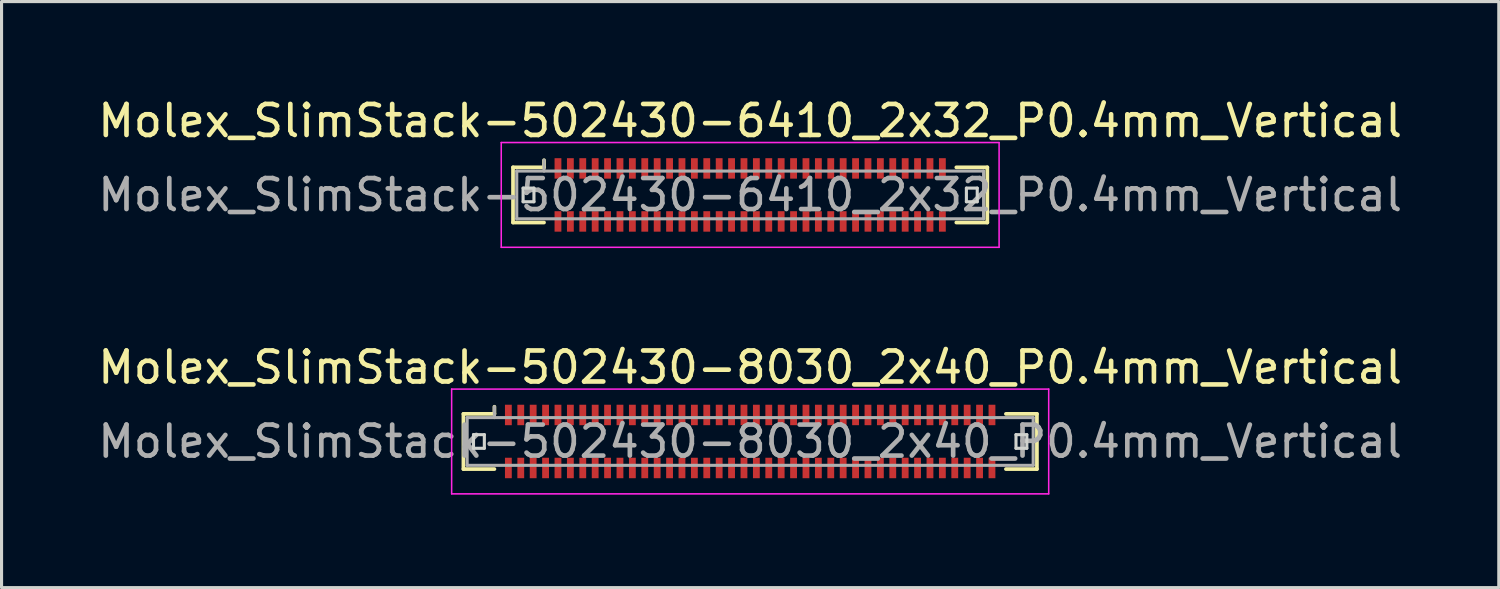
<source format=kicad_pcb>
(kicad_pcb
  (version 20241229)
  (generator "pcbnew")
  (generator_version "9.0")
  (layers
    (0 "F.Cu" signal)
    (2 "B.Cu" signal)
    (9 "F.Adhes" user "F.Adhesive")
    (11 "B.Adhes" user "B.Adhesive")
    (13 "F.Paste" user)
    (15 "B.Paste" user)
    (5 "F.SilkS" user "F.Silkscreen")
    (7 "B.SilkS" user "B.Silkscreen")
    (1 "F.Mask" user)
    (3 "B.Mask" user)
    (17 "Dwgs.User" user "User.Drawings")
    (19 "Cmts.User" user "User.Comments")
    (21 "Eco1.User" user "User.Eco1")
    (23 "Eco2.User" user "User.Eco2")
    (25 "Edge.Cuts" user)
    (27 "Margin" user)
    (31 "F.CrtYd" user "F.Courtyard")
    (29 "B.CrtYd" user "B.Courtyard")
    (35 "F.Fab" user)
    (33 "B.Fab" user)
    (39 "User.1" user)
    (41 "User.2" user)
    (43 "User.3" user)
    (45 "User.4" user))
  (footprint "Molex_SlimStack-502430-8030_2x40_P0.4mm_Vertical"
    (layer "F.Cu")
    (at 21.149 11.191)
    (property "Reference" "Molex_SlimStack-502430-8030_2x40_P0.4mm_Vertical" (at 0 -2.39 0) (layer "F.SilkS") (effects (font (size 1 1) (thickness 0.15))))
    (attr smd)
    (fp_line (start -9.25 -0.89) (end -8.25 -0.89) (stroke (width 0.12) (type solid)) (layer "F.SilkS"))
    (fp_line (start -9.25 0.89) (end -9.25 -0.89) (stroke (width 0.12) (type solid)) (layer "F.SilkS"))
    (fp_line (start -8.25 -0.89) (end -8.25 -1.12) (stroke (width 0.12) (type solid)) (layer "F.SilkS"))
    (fp_line (start -8.25 0.89) (end -9.25 0.89) (stroke (width 0.12) (type solid)) (layer "F.SilkS"))
    (fp_line (start 8.25 0.89) (end 9.25 0.89) (stroke (width 0.12) (type solid)) (layer "F.SilkS"))
    (fp_line (start 9.25 -0.89) (end 8.25 -0.89) (stroke (width 0.12) (type solid)) (layer "F.SilkS"))
    (fp_line (start 9.25 0.89) (end 9.25 -0.89) (stroke (width 0.12) (type solid)) (layer "F.SilkS"))
    (fp_line (start -8.925 -0.22) (end -8.925 0.22) (stroke (width 0.1) (type solid)) (layer "Edge.Cuts"))
    (fp_line (start -8.925 0.22) (end -8.575 0.22) (stroke (width 0.1) (type solid)) (layer "Edge.Cuts"))
    (fp_line (start -8.575 -0.22) (end -8.925 -0.22) (stroke (width 0.1) (type solid)) (layer "Edge.Cuts"))
    (fp_line (start -8.575 0.22) (end -8.575 -0.22) (stroke (width 0.1) (type solid)) (layer "Edge.Cuts"))
    (fp_line (start 8.575 -0.22) (end 8.575 0.22) (stroke (width 0.1) (type solid)) (layer "Edge.Cuts"))
    (fp_line (start 8.575 0.22) (end 8.925 0.22) (stroke (width 0.1) (type solid)) (layer "Edge.Cuts"))
    (fp_line (start 8.925 -0.22) (end 8.575 -0.22) (stroke (width 0.1) (type solid)) (layer "Edge.Cuts"))
    (fp_line (start 8.925 0.22) (end 8.925 -0.22) (stroke (width 0.1) (type solid)) (layer "Edge.Cuts"))
    (fp_line (start -9.63 -1.69) (end -9.63 1.69) (stroke (width 0.05) (type solid)) (layer "F.CrtYd"))
    (fp_line (start -9.63 1.69) (end 9.63 1.69) (stroke (width 0.05) (type solid)) (layer "F.CrtYd"))
    (fp_line (start 9.63 -1.69) (end -9.63 -1.69) (stroke (width 0.05) (type solid)) (layer "F.CrtYd"))
    (fp_line (start 9.63 1.69) (end 9.63 -1.69) (stroke (width 0.05) (type solid)) (layer "F.CrtYd"))
    (fp_line (start -9.13 -0.77) (end -9.13 0.77) (stroke (width 0.1) (type solid)) (layer "F.Fab"))
    (fp_line (start -9.13 0.77) (end 9.13 0.77) (stroke (width 0.1) (type solid)) (layer "F.Fab"))
    (fp_line (start -8.25 -0.77) (end -8.25 -1.12) (stroke (width 0.1) (type solid)) (layer "F.Fab"))
    (fp_line (start 9.13 -0.77) (end -9.13 -0.77) (stroke (width 0.1) (type solid)) (layer "F.Fab"))
    (fp_line (start 9.13 0.77) (end 9.13 -0.77) (stroke (width 0.1) (type solid)) (layer "F.Fab"))
    (fp_text user "${REFERENCE}" (at 0 0 0) (layer "F.Fab") (effects (font (size 1 1) (thickness 0.15))))
    (pad "1" smd rect (at -7.8 -0.855) (size 0.22 0.66) (layers "F.Cu" "F.Mask" "F.Paste"))
    (pad "2" smd rect (at -7.8 0.855) (size 0.22 0.66) (layers "F.Cu" "F.Mask" "F.Paste"))
    (pad "3" smd rect (at -7.4 -0.855) (size 0.22 0.66) (layers "F.Cu" "F.Mask" "F.Paste"))
    (pad "4" smd rect (at -7.4 0.855) (size 0.22 0.66) (layers "F.Cu" "F.Mask" "F.Paste"))
    (pad "5" smd rect (at -7 -0.855) (size 0.22 0.66) (layers "F.Cu" "F.Mask" "F.Paste"))
    (pad "6" smd rect (at -7 0.855) (size 0.22 0.66) (layers "F.Cu" "F.Mask" "F.Paste"))
    (pad "7" smd rect (at -6.6 -0.855) (size 0.22 0.66) (layers "F.Cu" "F.Mask" "F.Paste"))
    (pad "8" smd rect (at -6.6 0.855) (size 0.22 0.66) (layers "F.Cu" "F.Mask" "F.Paste"))
    (pad "9" smd rect (at -6.2 -0.855) (size 0.22 0.66) (layers "F.Cu" "F.Mask" "F.Paste"))
    (pad "10" smd rect (at -6.2 0.855) (size 0.22 0.66) (layers "F.Cu" "F.Mask" "F.Paste"))
    (pad "11" smd rect (at -5.8 -0.855) (size 0.22 0.66) (layers "F.Cu" "F.Mask" "F.Paste"))
    (pad "12" smd rect (at -5.8 0.855) (size 0.22 0.66) (layers "F.Cu" "F.Mask" "F.Paste"))
    (pad "13" smd rect (at -5.4 -0.855) (size 0.22 0.66) (layers "F.Cu" "F.Mask" "F.Paste"))
    (pad "14" smd rect (at -5.4 0.855) (size 0.22 0.66) (layers "F.Cu" "F.Mask" "F.Paste"))
    (pad "15" smd rect (at -5 -0.855) (size 0.22 0.66) (layers "F.Cu" "F.Mask" "F.Paste"))
    (pad "16" smd rect (at -5 0.855) (size 0.22 0.66) (layers "F.Cu" "F.Mask" "F.Paste"))
    (pad "17" smd rect (at -4.6 -0.855) (size 0.22 0.66) (layers "F.Cu" "F.Mask" "F.Paste"))
    (pad "18" smd rect (at -4.6 0.855) (size 0.22 0.66) (layers "F.Cu" "F.Mask" "F.Paste"))
    (pad "19" smd rect (at -4.2 -0.855) (size 0.22 0.66) (layers "F.Cu" "F.Mask" "F.Paste"))
    (pad "20" smd rect (at -4.2 0.855) (size 0.22 0.66) (layers "F.Cu" "F.Mask" "F.Paste"))
    (pad "21" smd rect (at -3.8 -0.855) (size 0.22 0.66) (layers "F.Cu" "F.Mask" "F.Paste"))
    (pad "22" smd rect (at -3.8 0.855) (size 0.22 0.66) (layers "F.Cu" "F.Mask" "F.Paste"))
    (pad "23" smd rect (at -3.4 -0.855) (size 0.22 0.66) (layers "F.Cu" "F.Mask" "F.Paste"))
    (pad "24" smd rect (at -3.4 0.855) (size 0.22 0.66) (layers "F.Cu" "F.Mask" "F.Paste"))
    (pad "25" smd rect (at -3 -0.855) (size 0.22 0.66) (layers "F.Cu" "F.Mask" "F.Paste"))
    (pad "26" smd rect (at -3 0.855) (size 0.22 0.66) (layers "F.Cu" "F.Mask" "F.Paste"))
    (pad "27" smd rect (at -2.6 -0.855) (size 0.22 0.66) (layers "F.Cu" "F.Mask" "F.Paste"))
    (pad "28" smd rect (at -2.6 0.855) (size 0.22 0.66) (layers "F.Cu" "F.Mask" "F.Paste"))
    (pad "29" smd rect (at -2.2 -0.855) (size 0.22 0.66) (layers "F.Cu" "F.Mask" "F.Paste"))
    (pad "30" smd rect (at -2.2 0.855) (size 0.22 0.66) (layers "F.Cu" "F.Mask" "F.Paste"))
    (pad "31" smd rect (at -1.8 -0.855) (size 0.22 0.66) (layers "F.Cu" "F.Mask" "F.Paste"))
    (pad "32" smd rect (at -1.8 0.855) (size 0.22 0.66) (layers "F.Cu" "F.Mask" "F.Paste"))
    (pad "33" smd rect (at -1.4 -0.855) (size 0.22 0.66) (layers "F.Cu" "F.Mask" "F.Paste"))
    (pad "34" smd rect (at -1.4 0.855) (size 0.22 0.66) (layers "F.Cu" "F.Mask" "F.Paste"))
    (pad "35" smd rect (at -1 -0.855) (size 0.22 0.66) (layers "F.Cu" "F.Mask" "F.Paste"))
    (pad "36" smd rect (at -1 0.855) (size 0.22 0.66) (layers "F.Cu" "F.Mask" "F.Paste"))
    (pad "37" smd rect (at -0.6 -0.855) (size 0.22 0.66) (layers "F.Cu" "F.Mask" "F.Paste"))
    (pad "38" smd rect (at -0.6 0.855) (size 0.22 0.66) (layers "F.Cu" "F.Mask" "F.Paste"))
    (pad "39" smd rect (at -0.2 -0.855) (size 0.22 0.66) (layers "F.Cu" "F.Mask" "F.Paste"))
    (pad "40" smd rect (at -0.2 0.855) (size 0.22 0.66) (layers "F.Cu" "F.Mask" "F.Paste"))
    (pad "41" smd rect (at 0.2 -0.855) (size 0.22 0.66) (layers "F.Cu" "F.Mask" "F.Paste"))
    (pad "42" smd rect (at 0.2 0.855) (size 0.22 0.66) (layers "F.Cu" "F.Mask" "F.Paste"))
    (pad "43" smd rect (at 0.6 -0.855) (size 0.22 0.66) (layers "F.Cu" "F.Mask" "F.Paste"))
    (pad "44" smd rect (at 0.6 0.855) (size 0.22 0.66) (layers "F.Cu" "F.Mask" "F.Paste"))
    (pad "45" smd rect (at 1 -0.855) (size 0.22 0.66) (layers "F.Cu" "F.Mask" "F.Paste"))
    (pad "46" smd rect (at 1 0.855) (size 0.22 0.66) (layers "F.Cu" "F.Mask" "F.Paste"))
    (pad "47" smd rect (at 1.4 -0.855) (size 0.22 0.66) (layers "F.Cu" "F.Mask" "F.Paste"))
    (pad "48" smd rect (at 1.4 0.855) (size 0.22 0.66) (layers "F.Cu" "F.Mask" "F.Paste"))
    (pad "49" smd rect (at 1.8 -0.855) (size 0.22 0.66) (layers "F.Cu" "F.Mask" "F.Paste"))
    (pad "50" smd rect (at 1.8 0.855) (size 0.22 0.66) (layers "F.Cu" "F.Mask" "F.Paste"))
    (pad "51" smd rect (at 2.2 -0.855) (size 0.22 0.66) (layers "F.Cu" "F.Mask" "F.Paste"))
    (pad "52" smd rect (at 2.2 0.855) (size 0.22 0.66) (layers "F.Cu" "F.Mask" "F.Paste"))
    (pad "53" smd rect (at 2.6 -0.855) (size 0.22 0.66) (layers "F.Cu" "F.Mask" "F.Paste"))
    (pad "54" smd rect (at 2.6 0.855) (size 0.22 0.66) (layers "F.Cu" "F.Mask" "F.Paste"))
    (pad "55" smd rect (at 3 -0.855) (size 0.22 0.66) (layers "F.Cu" "F.Mask" "F.Paste"))
    (pad "56" smd rect (at 3 0.855) (size 0.22 0.66) (layers "F.Cu" "F.Mask" "F.Paste"))
    (pad "57" smd rect (at 3.4 -0.855) (size 0.22 0.66) (layers "F.Cu" "F.Mask" "F.Paste"))
    (pad "58" smd rect (at 3.4 0.855) (size 0.22 0.66) (layers "F.Cu" "F.Mask" "F.Paste"))
    (pad "59" smd rect (at 3.8 -0.855) (size 0.22 0.66) (layers "F.Cu" "F.Mask" "F.Paste"))
    (pad "60" smd rect (at 3.8 0.855) (size 0.22 0.66) (layers "F.Cu" "F.Mask" "F.Paste"))
    (pad "61" smd rect (at 4.2 -0.855) (size 0.22 0.66) (layers "F.Cu" "F.Mask" "F.Paste"))
    (pad "62" smd rect (at 4.2 0.855) (size 0.22 0.66) (layers "F.Cu" "F.Mask" "F.Paste"))
    (pad "63" smd rect (at 4.6 -0.855) (size 0.22 0.66) (layers "F.Cu" "F.Mask" "F.Paste"))
    (pad "64" smd rect (at 4.6 0.855) (size 0.22 0.66) (layers "F.Cu" "F.Mask" "F.Paste"))
    (pad "65" smd rect (at 5 -0.855) (size 0.22 0.66) (layers "F.Cu" "F.Mask" "F.Paste"))
    (pad "66" smd rect (at 5 0.855) (size 0.22 0.66) (layers "F.Cu" "F.Mask" "F.Paste"))
    (pad "67" smd rect (at 5.4 -0.855) (size 0.22 0.66) (layers "F.Cu" "F.Mask" "F.Paste"))
    (pad "68" smd rect (at 5.4 0.855) (size 0.22 0.66) (layers "F.Cu" "F.Mask" "F.Paste"))
    (pad "69" smd rect (at 5.8 -0.855) (size 0.22 0.66) (layers "F.Cu" "F.Mask" "F.Paste"))
    (pad "70" smd rect (at 5.8 0.855) (size 0.22 0.66) (layers "F.Cu" "F.Mask" "F.Paste"))
    (pad "71" smd rect (at 6.2 -0.855) (size 0.22 0.66) (layers "F.Cu" "F.Mask" "F.Paste"))
    (pad "72" smd rect (at 6.2 0.855) (size 0.22 0.66) (layers "F.Cu" "F.Mask" "F.Paste"))
    (pad "73" smd rect (at 6.6 -0.855) (size 0.22 0.66) (layers "F.Cu" "F.Mask" "F.Paste"))
    (pad "74" smd rect (at 6.6 0.855) (size 0.22 0.66) (layers "F.Cu" "F.Mask" "F.Paste"))
    (pad "75" smd rect (at 7 -0.855) (size 0.22 0.66) (layers "F.Cu" "F.Mask" "F.Paste"))
    (pad "76" smd rect (at 7 0.855) (size 0.22 0.66) (layers "F.Cu" "F.Mask" "F.Paste"))
    (pad "77" smd rect (at 7.4 -0.855) (size 0.22 0.66) (layers "F.Cu" "F.Mask" "F.Paste"))
    (pad "78" smd rect (at 7.4 0.855) (size 0.22 0.66) (layers "F.Cu" "F.Mask" "F.Paste"))
    (pad "79" smd rect (at 7.8 -0.855) (size 0.22 0.66) (layers "F.Cu" "F.Mask" "F.Paste"))
    (pad "80" smd rect (at 7.8 0.855) (size 0.22 0.66) (layers "F.Cu" "F.Mask" "F.Paste")))
  (footprint "Molex_SlimStack-502430-6410_2x32_P0.4mm_Vertical"
    (layer "F.Cu")
    (at 21.149 3.238)
    (property "Reference" "Molex_SlimStack-502430-6410_2x32_P0.4mm_Vertical" (at 0 -2.39 0) (layer "F.SilkS") (effects (font (size 1 1) (thickness 0.15))))
    (attr smd)
    (fp_line (start -7.65 -0.89) (end -6.65 -0.89) (stroke (width 0.12) (type solid)) (layer "F.SilkS"))
    (fp_line (start -7.65 0.89) (end -7.65 -0.89) (stroke (width 0.12) (type solid)) (layer "F.SilkS"))
    (fp_line (start -6.65 -0.89) (end -6.65 -1.12) (stroke (width 0.12) (type solid)) (layer "F.SilkS"))
    (fp_line (start -6.65 0.89) (end -7.65 0.89) (stroke (width 0.12) (type solid)) (layer "F.SilkS"))
    (fp_line (start 6.65 0.89) (end 7.65 0.89) (stroke (width 0.12) (type solid)) (layer "F.SilkS"))
    (fp_line (start 7.65 -0.89) (end 6.65 -0.89) (stroke (width 0.12) (type solid)) (layer "F.SilkS"))
    (fp_line (start 7.65 0.89) (end 7.65 -0.89) (stroke (width 0.12) (type solid)) (layer "F.SilkS"))
    (fp_line (start -7.325 -0.22) (end -7.325 0.22) (stroke (width 0.1) (type solid)) (layer "Edge.Cuts"))
    (fp_line (start -7.325 0.22) (end -6.975 0.22) (stroke (width 0.1) (type solid)) (layer "Edge.Cuts"))
    (fp_line (start -6.975 -0.22) (end -7.325 -0.22) (stroke (width 0.1) (type solid)) (layer "Edge.Cuts"))
    (fp_line (start -6.975 0.22) (end -6.975 -0.22) (stroke (width 0.1) (type solid)) (layer "Edge.Cuts"))
    (fp_line (start 6.975 -0.22) (end 6.975 0.22) (stroke (width 0.1) (type solid)) (layer "Edge.Cuts"))
    (fp_line (start 6.975 0.22) (end 7.325 0.22) (stroke (width 0.1) (type solid)) (layer "Edge.Cuts"))
    (fp_line (start 7.325 -0.22) (end 6.975 -0.22) (stroke (width 0.1) (type solid)) (layer "Edge.Cuts"))
    (fp_line (start 7.325 0.22) (end 7.325 -0.22) (stroke (width 0.1) (type solid)) (layer "Edge.Cuts"))
    (fp_line (start -8.03 -1.69) (end -8.03 1.69) (stroke (width 0.05) (type solid)) (layer "F.CrtYd"))
    (fp_line (start -8.03 1.69) (end 8.03 1.69) (stroke (width 0.05) (type solid)) (layer "F.CrtYd"))
    (fp_line (start 8.03 -1.69) (end -8.03 -1.69) (stroke (width 0.05) (type solid)) (layer "F.CrtYd"))
    (fp_line (start 8.03 1.69) (end 8.03 -1.69) (stroke (width 0.05) (type solid)) (layer "F.CrtYd"))
    (fp_line (start -7.53 -0.77) (end -7.53 0.77) (stroke (width 0.1) (type solid)) (layer "F.Fab"))
    (fp_line (start -7.53 0.77) (end 7.53 0.77) (stroke (width 0.1) (type solid)) (layer "F.Fab"))
    (fp_line (start -6.65 -0.77) (end -6.65 -1.12) (stroke (width 0.1) (type solid)) (layer "F.Fab"))
    (fp_line (start 7.53 -0.77) (end -7.53 -0.77) (stroke (width 0.1) (type solid)) (layer "F.Fab"))
    (fp_line (start 7.53 0.77) (end 7.53 -0.77) (stroke (width 0.1) (type solid)) (layer "F.Fab"))
    (fp_text user "${REFERENCE}" (at 0 0 0) (layer "F.Fab") (effects (font (size 1 1) (thickness 0.15))))
    (pad "1" smd rect (at -6.2 -0.855) (size 0.22 0.66) (layers "F.Cu" "F.Mask" "F.Paste"))
    (pad "2" smd rect (at -6.2 0.855) (size 0.22 0.66) (layers "F.Cu" "F.Mask" "F.Paste"))
    (pad "3" smd rect (at -5.8 -0.855) (size 0.22 0.66) (layers "F.Cu" "F.Mask" "F.Paste"))
    (pad "4" smd rect (at -5.8 0.855) (size 0.22 0.66) (layers "F.Cu" "F.Mask" "F.Paste"))
    (pad "5" smd rect (at -5.4 -0.855) (size 0.22 0.66) (layers "F.Cu" "F.Mask" "F.Paste"))
    (pad "6" smd rect (at -5.4 0.855) (size 0.22 0.66) (layers "F.Cu" "F.Mask" "F.Paste"))
    (pad "7" smd rect (at -5 -0.855) (size 0.22 0.66) (layers "F.Cu" "F.Mask" "F.Paste"))
    (pad "8" smd rect (at -5 0.855) (size 0.22 0.66) (layers "F.Cu" "F.Mask" "F.Paste"))
    (pad "9" smd rect (at -4.6 -0.855) (size 0.22 0.66) (layers "F.Cu" "F.Mask" "F.Paste"))
    (pad "10" smd rect (at -4.6 0.855) (size 0.22 0.66) (layers "F.Cu" "F.Mask" "F.Paste"))
    (pad "11" smd rect (at -4.2 -0.855) (size 0.22 0.66) (layers "F.Cu" "F.Mask" "F.Paste"))
    (pad "12" smd rect (at -4.2 0.855) (size 0.22 0.66) (layers "F.Cu" "F.Mask" "F.Paste"))
    (pad "13" smd rect (at -3.8 -0.855) (size 0.22 0.66) (layers "F.Cu" "F.Mask" "F.Paste"))
    (pad "14" smd rect (at -3.8 0.855) (size 0.22 0.66) (layers "F.Cu" "F.Mask" "F.Paste"))
    (pad "15" smd rect (at -3.4 -0.855) (size 0.22 0.66) (layers "F.Cu" "F.Mask" "F.Paste"))
    (pad "16" smd rect (at -3.4 0.855) (size 0.22 0.66) (layers "F.Cu" "F.Mask" "F.Paste"))
    (pad "17" smd rect (at -3 -0.855) (size 0.22 0.66) (layers "F.Cu" "F.Mask" "F.Paste"))
    (pad "18" smd rect (at -3 0.855) (size 0.22 0.66) (layers "F.Cu" "F.Mask" "F.Paste"))
    (pad "19" smd rect (at -2.6 -0.855) (size 0.22 0.66) (layers "F.Cu" "F.Mask" "F.Paste"))
    (pad "20" smd rect (at -2.6 0.855) (size 0.22 0.66) (layers "F.Cu" "F.Mask" "F.Paste"))
    (pad "21" smd rect (at -2.2 -0.855) (size 0.22 0.66) (layers "F.Cu" "F.Mask" "F.Paste"))
    (pad "22" smd rect (at -2.2 0.855) (size 0.22 0.66) (layers "F.Cu" "F.Mask" "F.Paste"))
    (pad "23" smd rect (at -1.8 -0.855) (size 0.22 0.66) (layers "F.Cu" "F.Mask" "F.Paste"))
    (pad "24" smd rect (at -1.8 0.855) (size 0.22 0.66) (layers "F.Cu" "F.Mask" "F.Paste"))
    (pad "25" smd rect (at -1.4 -0.855) (size 0.22 0.66) (layers "F.Cu" "F.Mask" "F.Paste"))
    (pad "26" smd rect (at -1.4 0.855) (size 0.22 0.66) (layers "F.Cu" "F.Mask" "F.Paste"))
    (pad "27" smd rect (at -1 -0.855) (size 0.22 0.66) (layers "F.Cu" "F.Mask" "F.Paste"))
    (pad "28" smd rect (at -1 0.855) (size 0.22 0.66) (layers "F.Cu" "F.Mask" "F.Paste"))
    (pad "29" smd rect (at -0.6 -0.855) (size 0.22 0.66) (layers "F.Cu" "F.Mask" "F.Paste"))
    (pad "30" smd rect (at -0.6 0.855) (size 0.22 0.66) (layers "F.Cu" "F.Mask" "F.Paste"))
    (pad "31" smd rect (at -0.2 -0.855) (size 0.22 0.66) (layers "F.Cu" "F.Mask" "F.Paste"))
    (pad "32" smd rect (at -0.2 0.855) (size 0.22 0.66) (layers "F.Cu" "F.Mask" "F.Paste"))
    (pad "33" smd rect (at 0.2 -0.855) (size 0.22 0.66) (layers "F.Cu" "F.Mask" "F.Paste"))
    (pad "34" smd rect (at 0.2 0.855) (size 0.22 0.66) (layers "F.Cu" "F.Mask" "F.Paste"))
    (pad "35" smd rect (at 0.6 -0.855) (size 0.22 0.66) (layers "F.Cu" "F.Mask" "F.Paste"))
    (pad "36" smd rect (at 0.6 0.855) (size 0.22 0.66) (layers "F.Cu" "F.Mask" "F.Paste"))
    (pad "37" smd rect (at 1 -0.855) (size 0.22 0.66) (layers "F.Cu" "F.Mask" "F.Paste"))
    (pad "38" smd rect (at 1 0.855) (size 0.22 0.66) (layers "F.Cu" "F.Mask" "F.Paste"))
    (pad "39" smd rect (at 1.4 -0.855) (size 0.22 0.66) (layers "F.Cu" "F.Mask" "F.Paste"))
    (pad "40" smd rect (at 1.4 0.855) (size 0.22 0.66) (layers "F.Cu" "F.Mask" "F.Paste"))
    (pad "41" smd rect (at 1.8 -0.855) (size 0.22 0.66) (layers "F.Cu" "F.Mask" "F.Paste"))
    (pad "42" smd rect (at 1.8 0.855) (size 0.22 0.66) (layers "F.Cu" "F.Mask" "F.Paste"))
    (pad "43" smd rect (at 2.2 -0.855) (size 0.22 0.66) (layers "F.Cu" "F.Mask" "F.Paste"))
    (pad "44" smd rect (at 2.2 0.855) (size 0.22 0.66) (layers "F.Cu" "F.Mask" "F.Paste"))
    (pad "45" smd rect (at 2.6 -0.855) (size 0.22 0.66) (layers "F.Cu" "F.Mask" "F.Paste"))
    (pad "46" smd rect (at 2.6 0.855) (size 0.22 0.66) (layers "F.Cu" "F.Mask" "F.Paste"))
    (pad "47" smd rect (at 3 -0.855) (size 0.22 0.66) (layers "F.Cu" "F.Mask" "F.Paste"))
    (pad "48" smd rect (at 3 0.855) (size 0.22 0.66) (layers "F.Cu" "F.Mask" "F.Paste"))
    (pad "49" smd rect (at 3.4 -0.855) (size 0.22 0.66) (layers "F.Cu" "F.Mask" "F.Paste"))
    (pad "50" smd rect (at 3.4 0.855) (size 0.22 0.66) (layers "F.Cu" "F.Mask" "F.Paste"))
    (pad "51" smd rect (at 3.8 -0.855) (size 0.22 0.66) (layers "F.Cu" "F.Mask" "F.Paste"))
    (pad "52" smd rect (at 3.8 0.855) (size 0.22 0.66) (layers "F.Cu" "F.Mask" "F.Paste"))
    (pad "53" smd rect (at 4.2 -0.855) (size 0.22 0.66) (layers "F.Cu" "F.Mask" "F.Paste"))
    (pad "54" smd rect (at 4.2 0.855) (size 0.22 0.66) (layers "F.Cu" "F.Mask" "F.Paste"))
    (pad "55" smd rect (at 4.6 -0.855) (size 0.22 0.66) (layers "F.Cu" "F.Mask" "F.Paste"))
    (pad "56" smd rect (at 4.6 0.855) (size 0.22 0.66) (layers "F.Cu" "F.Mask" "F.Paste"))
    (pad "57" smd rect (at 5 -0.855) (size 0.22 0.66) (layers "F.Cu" "F.Mask" "F.Paste"))
    (pad "58" smd rect (at 5 0.855) (size 0.22 0.66) (layers "F.Cu" "F.Mask" "F.Paste"))
    (pad "59" smd rect (at 5.4 -0.855) (size 0.22 0.66) (layers "F.Cu" "F.Mask" "F.Paste"))
    (pad "60" smd rect (at 5.4 0.855) (size 0.22 0.66) (layers "F.Cu" "F.Mask" "F.Paste"))
    (pad "61" smd rect (at 5.8 -0.855) (size 0.22 0.66) (layers "F.Cu" "F.Mask" "F.Paste"))
    (pad "62" smd rect (at 5.8 0.855) (size 0.22 0.66) (layers "F.Cu" "F.Mask" "F.Paste"))
    (pad "63" smd rect (at 6.2 -0.855) (size 0.22 0.66) (layers "F.Cu" "F.Mask" "F.Paste"))
    (pad "64" smd rect (at 6.2 0.855) (size 0.22 0.66) (layers "F.Cu" "F.Mask" "F.Paste")))
  (gr_rect
    (start -3 -3)
    (end 45.298 15.906)
    (stroke (width 0.1) (type default))
    (fill no)
    (layer "Edge.Cuts")))
</source>
